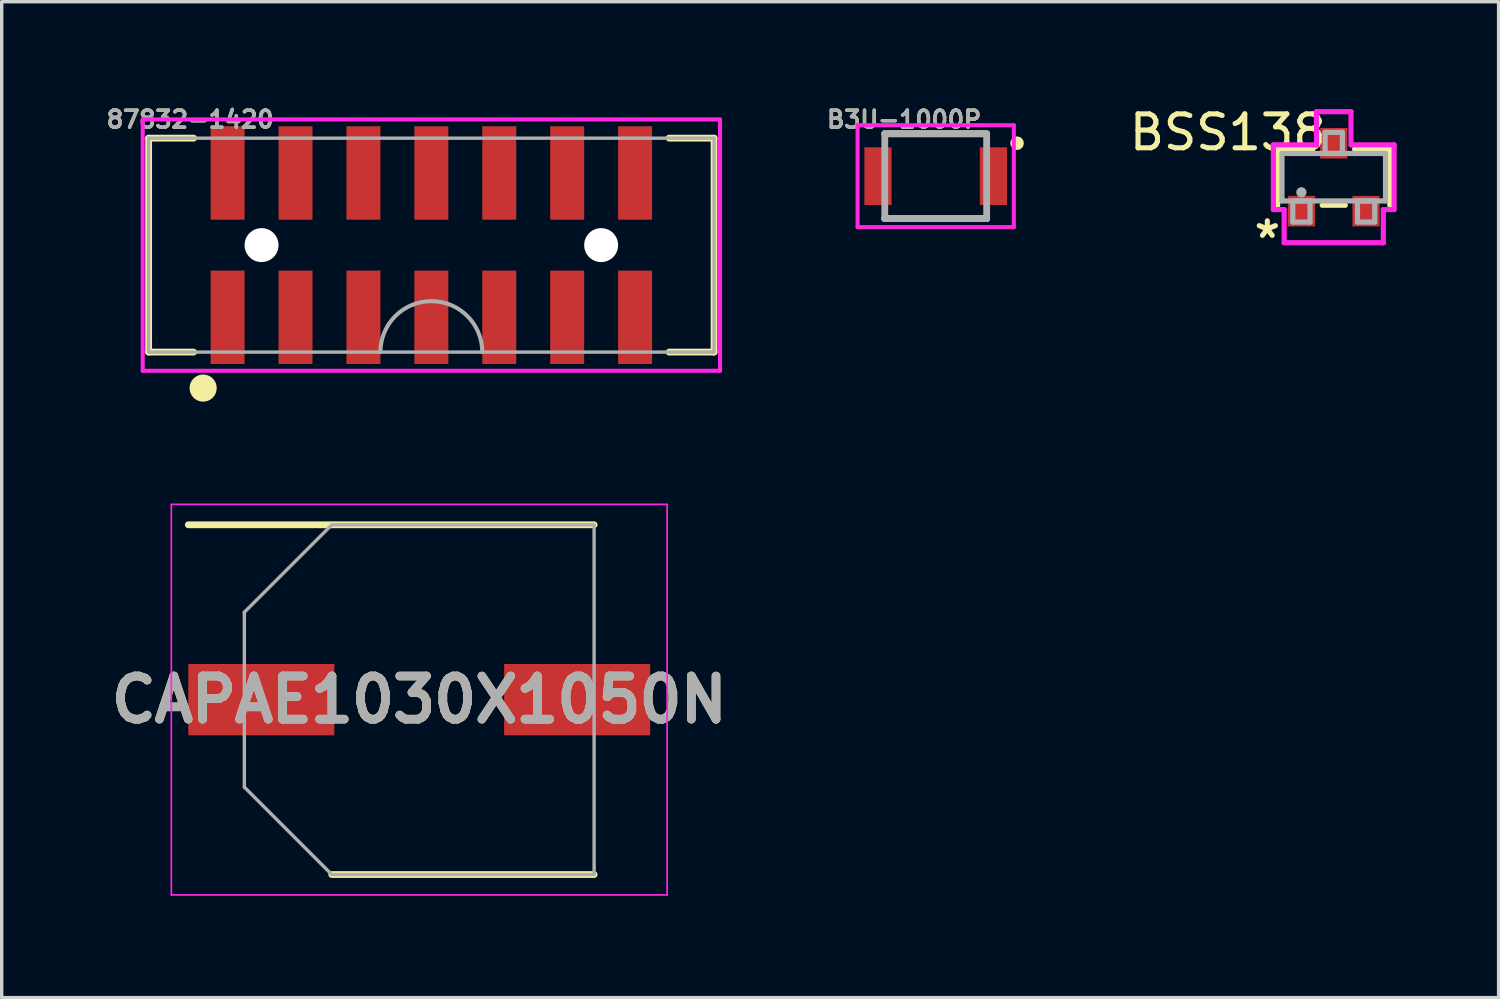
<source format=kicad_pcb>
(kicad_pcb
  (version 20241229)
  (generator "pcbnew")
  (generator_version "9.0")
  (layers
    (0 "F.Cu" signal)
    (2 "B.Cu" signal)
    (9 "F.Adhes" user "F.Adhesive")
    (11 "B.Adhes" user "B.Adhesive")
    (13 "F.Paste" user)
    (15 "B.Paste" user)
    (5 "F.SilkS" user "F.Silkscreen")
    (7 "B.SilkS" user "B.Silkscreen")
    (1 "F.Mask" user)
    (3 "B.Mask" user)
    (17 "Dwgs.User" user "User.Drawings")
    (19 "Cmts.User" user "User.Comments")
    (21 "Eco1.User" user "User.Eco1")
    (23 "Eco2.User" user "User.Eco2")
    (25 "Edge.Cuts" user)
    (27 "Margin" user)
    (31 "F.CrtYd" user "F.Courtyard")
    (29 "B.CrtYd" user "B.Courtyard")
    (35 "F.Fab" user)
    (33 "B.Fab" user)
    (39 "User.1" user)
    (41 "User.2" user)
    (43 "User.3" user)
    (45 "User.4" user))
  (footprint "CAPAE1030X1050N"
    (layer "F.Cu")
    (at 9.295 17.553)
    (property "Reference" "CAPAE1030X1050N" (at 0 0 0) (layer "F.SilkS") (effects (font (size 1.27 1.27) (thickness 0.254))))
    (attr smd)
    (fp_line (start -6.8 -5.15) (end 5.15 -5.15) (stroke (width 0.2) (type solid)) (layer "F.SilkS"))
    (fp_line (start -2.575 5.15) (end 5.15 5.15) (stroke (width 0.2) (type solid)) (layer "F.SilkS"))
    (fp_line (start -7.3 -5.75) (end 7.3 -5.75) (stroke (width 0.05) (type solid)) (layer "F.CrtYd"))
    (fp_line (start -7.3 5.75) (end -7.3 -5.75) (stroke (width 0.05) (type solid)) (layer "F.CrtYd"))
    (fp_line (start 7.3 -5.75) (end 7.3 5.75) (stroke (width 0.05) (type solid)) (layer "F.CrtYd"))
    (fp_line (start 7.3 5.75) (end -7.3 5.75) (stroke (width 0.05) (type solid)) (layer "F.CrtYd"))
    (fp_line (start -5.15 -2.575) (end -5.15 2.575) (stroke (width 0.1) (type solid)) (layer "F.Fab"))
    (fp_line (start -5.15 2.575) (end -2.575 5.15) (stroke (width 0.1) (type solid)) (layer "F.Fab"))
    (fp_line (start -2.575 -5.15) (end -5.15 -2.575) (stroke (width 0.1) (type solid)) (layer "F.Fab"))
    (fp_line (start -2.575 5.15) (end 5.15 5.15) (stroke (width 0.1) (type solid)) (layer "F.Fab"))
    (fp_line (start 5.15 -5.15) (end -2.575 -5.15) (stroke (width 0.1) (type solid)) (layer "F.Fab"))
    (fp_line (start 5.15 5.15) (end 5.15 -5.15) (stroke (width 0.1) (type solid)) (layer "F.Fab"))
    (fp_text user "${REFERENCE}" (at 0 0 0) (layer "F.Fab") (effects (font (size 1.27 1.27) (thickness 0.254))))
    (pad "1" smd rect (at -4.65 0 90) (size 2.1 4.3) (layers "F.Cu" "F.Mask" "F.Paste"))
    (pad "2" smd rect (at 4.65 0 90) (size 2.1 4.3) (layers "F.Cu" "F.Mask" "F.Paste")))
  (footprint "87832-1420"
    (layer "F.Cu")
    (at 9.652 4.168)
    (property "Reference" "87832-1420" (at -7.1 -3.7 0) (layer "F.SilkS") (effects (font (size 0.5 0.5) (thickness 0.1))))
    (attr smd)
    (fp_line (start -8.325 -3.15) (end -8.325 3.15) (stroke (width 0.2) (type solid)) (layer "F.SilkS"))
    (fp_line (start -7 -3.15) (end -8.325 -3.15) (stroke (width 0.2) (type solid)) (layer "F.SilkS"))
    (fp_line (start -7 3.15) (end -8.325 3.15) (stroke (width 0.2) (type solid)) (layer "F.SilkS"))
    (fp_line (start 8.325 -3.15) (end 7 -3.15) (stroke (width 0.2) (type solid)) (layer "F.SilkS"))
    (fp_line (start 8.325 -3.15) (end 8.325 3.15) (stroke (width 0.2) (type solid)) (layer "F.SilkS"))
    (fp_line (start 8.325 3.15) (end 7 3.15) (stroke (width 0.2) (type solid)) (layer "F.SilkS"))
    (fp_circle (center -6.72 4.21) (end -6.52 4.21) (stroke (width 0.4) (type solid)) (fill no) (layer "F.SilkS"))
    (fp_line (start -8.5 -3.7) (end 8.5 -3.7) (stroke (width 0.12) (type solid)) (layer "F.CrtYd"))
    (fp_line (start -8.5 3.7) (end -8.5 -3.7) (stroke (width 0.12) (type solid)) (layer "F.CrtYd"))
    (fp_line (start 8.5 -3.7) (end 8.5 3.7) (stroke (width 0.12) (type solid)) (layer "F.CrtYd"))
    (fp_line (start 8.5 3.7) (end -8.5 3.7) (stroke (width 0.12) (type solid)) (layer "F.CrtYd"))
    (fp_line (start -8.325 -3.15) (end 8.325 -3.15) (stroke (width 0.1) (type solid)) (layer "F.Fab"))
    (fp_line (start -8.325 3.15) (end -8.325 -3.15) (stroke (width 0.1) (type solid)) (layer "F.Fab"))
    (fp_line (start 8.325 -3.15) (end 8.325 3.15) (stroke (width 0.1) (type solid)) (layer "F.Fab"))
    (fp_line (start 8.325 3.15) (end -8.325 3.15) (stroke (width 0.1) (type solid)) (layer "F.Fab"))
    (fp_arc (start -1.5 3.15) (mid 0 1.65) (end 1.5 3.15) (stroke (width 0.12) (type solid)) (layer "F.Fab"))
    (fp_text user "${REFERENCE}" (at -7.1 -3.7 0) (layer "F.Fab") (effects (font (size 0.5 0.5) (thickness 0.1))))
    (pad "" np_thru_hole circle (at -5 0) (size 1 1) (drill 1) (layers "*.Cu" "*.Mask"))
    (pad "" np_thru_hole circle (at 5 0) (size 1 1) (drill 1) (layers "*.Cu" "*.Mask"))
    (pad "1" smd rect (at -6 2.125) (size 1 2.75) (layers "F.Cu" "F.Mask" "F.Paste"))
    (pad "2" smd rect (at -6 -2.125) (size 1 2.75) (layers "F.Cu" "F.Mask" "F.Paste"))
    (pad "3" smd rect (at -4 2.125) (size 1 2.75) (layers "F.Cu" "F.Mask" "F.Paste"))
    (pad "4" smd rect (at -4 -2.125) (size 1 2.75) (layers "F.Cu" "F.Mask" "F.Paste"))
    (pad "5" smd rect (at -2 2.125) (size 1 2.75) (layers "F.Cu" "F.Mask" "F.Paste"))
    (pad "6" smd rect (at -2 -2.125) (size 1 2.75) (layers "F.Cu" "F.Mask" "F.Paste"))
    (pad "7" smd rect (at 0 2.125) (size 1 2.75) (layers "F.Cu" "F.Mask" "F.Paste"))
    (pad "8" smd rect (at 0 -2.125) (size 1 2.75) (layers "F.Cu" "F.Mask" "F.Paste"))
    (pad "9" smd rect (at 2 2.125) (size 1 2.75) (layers "F.Cu" "F.Mask" "F.Paste"))
    (pad "10" smd rect (at 2 -2.125) (size 1 2.75) (layers "F.Cu" "F.Mask" "F.Paste"))
    (pad "11" smd rect (at 4 2.125) (size 1 2.75) (layers "F.Cu" "F.Mask" "F.Paste"))
    (pad "12" smd rect (at 4 -2.125) (size 1 2.75) (layers "F.Cu" "F.Mask" "F.Paste"))
    (pad "13" smd rect (at 6 2.125) (size 1 2.75) (layers "F.Cu" "F.Mask" "F.Paste"))
    (pad "14" smd rect (at 6 -2.125) (size 1 2.75) (layers "F.Cu" "F.Mask" "F.Paste")))
  (footprint "BSS138"
    (layer "F.Cu")
    (at 36.225 2.168)
    (property "Reference" "BSS138" (at -3.12 -1.32 0) (layer "F.SilkS") (effects (font (size 1 1) (thickness 0.15))))
    (attr through_hole)
    (fp_line (start -1.651 -0.826) (end -1.651 0.826) (stroke (width 0.152) (type solid)) (layer "F.SilkS"))
    (fp_line (start -0.612 -0.826) (end -1.651 -0.826) (stroke (width 0.152) (type solid)) (layer "F.SilkS"))
    (fp_line (start -0.34 0.826) (end 0.34 0.826) (stroke (width 0.152) (type solid)) (layer "F.SilkS"))
    (fp_line (start 1.651 -0.826) (end 0.612 -0.826) (stroke (width 0.152) (type solid)) (layer "F.SilkS"))
    (fp_line (start 1.651 0.826) (end 1.651 -0.826) (stroke (width 0.152) (type solid)) (layer "F.SilkS"))
    (fp_line (start -1.778 -0.953) (end -0.508 -0.953) (stroke (width 0.152) (type solid)) (layer "F.CrtYd"))
    (fp_line (start -1.778 0.953) (end -1.778 -0.953) (stroke (width 0.152) (type solid)) (layer "F.CrtYd"))
    (fp_line (start -1.46 0.953) (end -1.778 0.953) (stroke (width 0.152) (type solid)) (layer "F.CrtYd"))
    (fp_line (start -1.46 1.93) (end -1.46 0.953) (stroke (width 0.152) (type solid)) (layer "F.CrtYd"))
    (fp_line (start -0.508 -1.93) (end 0.508 -1.93) (stroke (width 0.152) (type solid)) (layer "F.CrtYd"))
    (fp_line (start -0.508 -0.953) (end -0.508 -1.93) (stroke (width 0.152) (type solid)) (layer "F.CrtYd"))
    (fp_line (start 0.508 -1.93) (end 0.508 -0.953) (stroke (width 0.152) (type solid)) (layer "F.CrtYd"))
    (fp_line (start 0.508 -0.953) (end 1.778 -0.953) (stroke (width 0.152) (type solid)) (layer "F.CrtYd"))
    (fp_line (start 1.46 0.953) (end 1.46 1.93) (stroke (width 0.152) (type solid)) (layer "F.CrtYd"))
    (fp_line (start 1.46 1.93) (end -1.46 1.93) (stroke (width 0.152) (type solid)) (layer "F.CrtYd"))
    (fp_line (start 1.778 -0.953) (end 1.778 0.953) (stroke (width 0.152) (type solid)) (layer "F.CrtYd"))
    (fp_line (start 1.778 0.953) (end 1.46 0.953) (stroke (width 0.152) (type solid)) (layer "F.CrtYd"))
    (fp_line (start -1.524 -0.699) (end -1.524 0.699) (stroke (width 0.152) (type solid)) (layer "F.Fab"))
    (fp_line (start -1.524 0.699) (end 1.524 0.699) (stroke (width 0.152) (type solid)) (layer "F.Fab"))
    (fp_line (start -1.206 0.699) (end -1.206 1.321) (stroke (width 0.152) (type solid)) (layer "F.Fab"))
    (fp_line (start -1.206 1.321) (end -0.699 1.321) (stroke (width 0.152) (type solid)) (layer "F.Fab"))
    (fp_line (start -0.699 0.699) (end -1.206 0.699) (stroke (width 0.152) (type solid)) (layer "F.Fab"))
    (fp_line (start -0.699 1.321) (end -0.699 0.699) (stroke (width 0.152) (type solid)) (layer "F.Fab"))
    (fp_line (start -0.254 -1.321) (end -0.254 -0.699) (stroke (width 0.152) (type solid)) (layer "F.Fab"))
    (fp_line (start -0.254 -0.699) (end 0.254 -0.699) (stroke (width 0.152) (type solid)) (layer "F.Fab"))
    (fp_line (start 0.254 -1.321) (end -0.254 -1.321) (stroke (width 0.152) (type solid)) (layer "F.Fab"))
    (fp_line (start 0.254 -0.699) (end 0.254 -1.321) (stroke (width 0.152) (type solid)) (layer "F.Fab"))
    (fp_line (start 0.699 0.699) (end 0.699 1.321) (stroke (width 0.152) (type solid)) (layer "F.Fab"))
    (fp_line (start 0.699 1.321) (end 1.206 1.321) (stroke (width 0.152) (type solid)) (layer "F.Fab"))
    (fp_line (start 1.206 0.699) (end 0.699 0.699) (stroke (width 0.152) (type solid)) (layer "F.Fab"))
    (fp_line (start 1.206 1.321) (end 1.206 0.699) (stroke (width 0.152) (type solid)) (layer "F.Fab"))
    (fp_line (start 1.524 -0.699) (end -1.524 -0.699) (stroke (width 0.152) (type solid)) (layer "F.Fab"))
    (fp_line (start 1.524 0.699) (end 1.524 -0.699) (stroke (width 0.152) (type solid)) (layer "F.Fab"))
    (fp_circle (center -0.953 0.445) (end -0.953 0.445) (stroke (width 0.152) (type solid)) (fill no) (layer "F.Fab"))
    (fp_text user "*" (at -1.956 1.829 0) (layer "F.SilkS") (effects (font (size 1 1) (thickness 0.15))))
    (pad "1" smd rect (at -0.95 1) (size 0.8 0.9) (layers "F.Cu" "F.Mask" "F.Paste"))
    (pad "2" smd rect (at 0.95 1) (size 0.8 0.9) (layers "F.Cu" "F.Mask" "F.Paste"))
    (pad "3" smd rect (at 0 -1) (size 0.8 0.9) (layers "F.Cu" "F.Mask" "F.Paste")))
  (footprint "B3U-1000P"
    (layer "F.Cu")
    (at 24.504 2.138)
    (property "Reference" "B3U-1000P" (at -0.93 -1.67 0) (layer "F.SilkS") (effects (font (size 0.5 0.5) (thickness 0.1))))
    (attr smd)
    (fp_line (start -1.5 -1.25) (end 1.5 -1.25) (stroke (width 0.2) (type solid)) (layer "F.SilkS"))
    (fp_line (start -1.5 1.25) (end 1.5 1.25) (stroke (width 0.2) (type solid)) (layer "F.SilkS"))
    (fp_circle (center 2.395 -0.971) (end 2.395 -0.871) (stroke (width 0.2) (type solid)) (fill no) (layer "F.SilkS"))
    (fp_line (start -2.3 -1.5) (end -2.3 1.5) (stroke (width 0.12) (type solid)) (layer "F.CrtYd"))
    (fp_line (start -2.3 1.5) (end 2.3 1.5) (stroke (width 0.12) (type solid)) (layer "F.CrtYd"))
    (fp_line (start 2.3 -1.5) (end -2.3 -1.5) (stroke (width 0.12) (type solid)) (layer "F.CrtYd"))
    (fp_line (start 2.3 1.5) (end 2.3 -1.5) (stroke (width 0.12) (type solid)) (layer "F.CrtYd"))
    (fp_line (start -1.5 -1.25) (end 1.5 -1.25) (stroke (width 0.2) (type solid)) (layer "F.Fab"))
    (fp_line (start -1.5 1.25) (end -1.5 -1.25) (stroke (width 0.2) (type solid)) (layer "F.Fab"))
    (fp_line (start 1.5 -1.25) (end 1.5 1.25) (stroke (width 0.2) (type solid)) (layer "F.Fab"))
    (fp_line (start 1.5 1.25) (end -1.5 1.25) (stroke (width 0.2) (type solid)) (layer "F.Fab"))
    (fp_text user "${REFERENCE}" (at -0.93 -1.67 0) (layer "F.Fab") (effects (font (size 0.5 0.5) (thickness 0.1))))
    (pad "1" smd rect (at 1.7 0) (size 0.8 1.7) (layers "F.Cu" "F.Mask" "F.Paste"))
    (pad "2" smd rect (at -1.7 0) (size 0.8 1.7) (layers "F.Cu" "F.Mask" "F.Paste")))
  (gr_rect
    (start -3 -3)
    (end 41.079 26.328)
    (stroke (width 0.1) (type default))
    (fill no)
    (layer "Edge.Cuts")))
</source>
